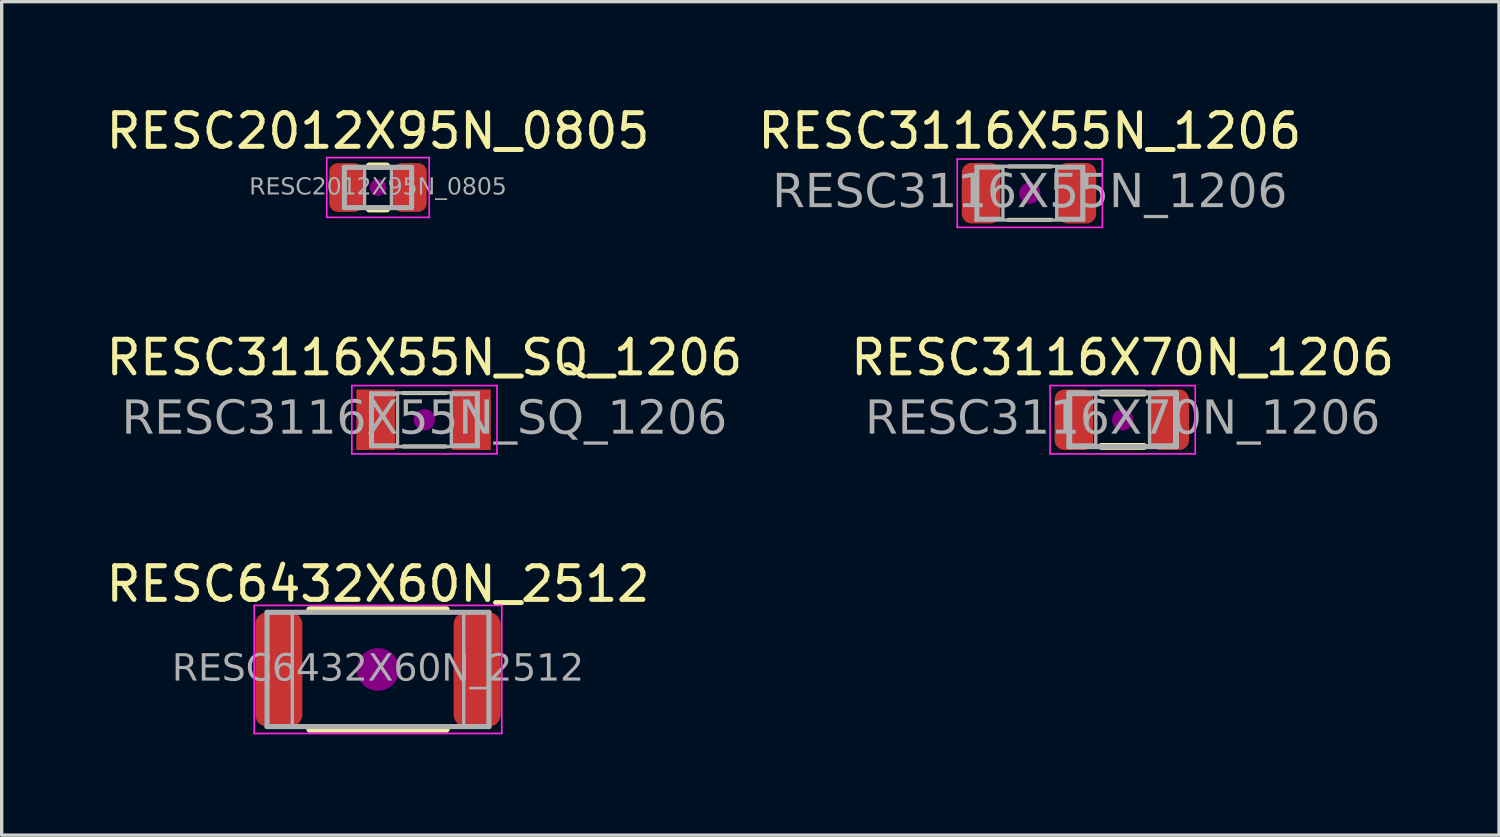
<source format=kicad_pcb>
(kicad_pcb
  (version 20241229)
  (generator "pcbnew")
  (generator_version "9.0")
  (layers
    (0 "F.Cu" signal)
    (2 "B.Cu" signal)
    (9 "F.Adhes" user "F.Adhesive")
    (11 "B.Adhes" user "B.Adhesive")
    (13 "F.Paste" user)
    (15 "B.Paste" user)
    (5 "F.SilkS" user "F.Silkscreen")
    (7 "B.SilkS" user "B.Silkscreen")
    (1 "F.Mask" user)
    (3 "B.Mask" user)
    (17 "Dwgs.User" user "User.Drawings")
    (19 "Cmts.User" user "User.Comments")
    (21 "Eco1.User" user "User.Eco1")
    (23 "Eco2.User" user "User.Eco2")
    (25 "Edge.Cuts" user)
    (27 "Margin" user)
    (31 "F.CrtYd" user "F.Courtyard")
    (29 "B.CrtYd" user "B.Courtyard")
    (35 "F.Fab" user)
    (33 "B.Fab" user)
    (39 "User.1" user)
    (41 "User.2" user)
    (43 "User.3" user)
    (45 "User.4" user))
  (footprint "RESC2012X95N_0805"
    (layer "F.Cu")
    (at 8.196 2.528)
    (property "Reference" "RESC2012X95N_0805" (at 0 -1.68 0) (layer "F.SilkS") (effects (font (size 1 1) (thickness 0.15))))
    (attr smd)
    (fp_line (start -0.261 -0.64) (end 0.261 -0.64) (stroke (width 0.203) (type solid)) (layer "F.SilkS"))
    (fp_line (start -0.261 0.64) (end 0.261 0.64) (stroke (width 0.203) (type solid)) (layer "F.SilkS"))
    (fp_circle (center 0 0) (end 0.25 0) (stroke (width 0) (type solid)) (fill yes) (layer "F.Adhes"))
    (fp_line (start -1.524 -0.889) (end 1.524 -0.889) (stroke (width 0.05) (type solid)) (layer "F.CrtYd"))
    (fp_line (start -1.524 0.889) (end -1.524 -0.889) (stroke (width 0.05) (type solid)) (layer "F.CrtYd"))
    (fp_line (start 1.524 -0.889) (end 1.524 0.889) (stroke (width 0.05) (type solid)) (layer "F.CrtYd"))
    (fp_line (start 1.524 0.889) (end -1.524 0.889) (stroke (width 0.05) (type solid)) (layer "F.CrtYd"))
    (fp_line (start -1 -0.6) (end 1 -0.6) (stroke (width 0.152) (type solid)) (layer "F.Fab"))
    (fp_line (start -1 0.6) (end -1 -0.6) (stroke (width 0.152) (type solid)) (layer "F.Fab"))
    (fp_line (start 1 -0.6) (end 1 0.6) (stroke (width 0.152) (type solid)) (layer "F.Fab"))
    (fp_line (start 1 0.6) (end -1 0.6) (stroke (width 0.152) (type solid)) (layer "F.Fab"))
    (fp_rect (start -1 -0.6) (end -0.4 0.6) (stroke (width 0.1) (type solid)) (fill no) (layer "F.Fab"))
    (fp_rect (start 0.4 -0.6) (end 1 0.6) (stroke (width 0.1) (type solid)) (fill no) (layer "F.Fab"))
    (fp_text user "${REFERENCE}" (at 0 0 0) (layer "F.Fab") (effects (font (face "Tahoma") (size 0.5 0.5) (thickness 0.08))))
    (pad "1" smd roundrect (at -0.95 0) (size 1 1.45) (layers "F.Cu" "F.Mask" "F.Paste") (roundrect_rratio 0.25))
    (pad "2" smd roundrect (at 0.95 0) (size 1 1.45) (layers "F.Cu" "F.Mask" "F.Paste") (roundrect_rratio 0.25)))
  (footprint "RESC3116X70N_1206"
    (layer "F.Cu")
    (at 30.351 9.438)
    (property "Reference" "RESC3116X70N_1206" (at 0 -1.85 0) (layer "F.SilkS") (effects (font (size 1 1) (thickness 0.15))))
    (attr smd)
    (fp_line (start -0.635 -0.794) (end 0.635 -0.794) (stroke (width 0.203) (type solid)) (layer "F.SilkS"))
    (fp_line (start -0.635 0.794) (end 0.635 0.794) (stroke (width 0.203) (type solid)) (layer "F.SilkS"))
    (fp_circle (center 0 0) (end 0.318 0) (stroke (width 0) (type solid)) (fill yes) (layer "F.Adhes"))
    (fp_line (start -2.159 -1.016) (end 2.159 -1.016) (stroke (width 0.05) (type solid)) (layer "F.CrtYd"))
    (fp_line (start -2.159 1.016) (end -2.159 -1.016) (stroke (width 0.05) (type solid)) (layer "F.CrtYd"))
    (fp_line (start 2.159 -1.016) (end 2.159 1.016) (stroke (width 0.05) (type solid)) (layer "F.CrtYd"))
    (fp_line (start 2.159 1.016) (end -2.159 1.016) (stroke (width 0.05) (type solid)) (layer "F.CrtYd"))
    (fp_line (start -1.6 -0.8) (end 1.6 -0.8) (stroke (width 0.152) (type solid)) (layer "F.Fab"))
    (fp_line (start -1.6 0.8) (end -1.6 -0.8) (stroke (width 0.152) (type solid)) (layer "F.Fab"))
    (fp_line (start 1.6 -0.8) (end 1.6 0.8) (stroke (width 0.152) (type solid)) (layer "F.Fab"))
    (fp_line (start 1.6 0.8) (end -1.6 0.8) (stroke (width 0.152) (type solid)) (layer "F.Fab"))
    (fp_rect (start -0.8 0.75) (end -1.55 -0.75) (stroke (width 0.1) (type solid)) (fill no) (layer "F.Fab"))
    (fp_rect (start 0.8 -0.75) (end 1.55 0.75) (stroke (width 0.1) (type solid)) (fill no) (layer "F.Fab"))
    (fp_text user "${REFERENCE}" (at 0 0 0) (layer "F.Fab") (effects (font (face "Tahoma") (size 1 1) (thickness 0.15))))
    (pad "1" smd roundrect (at -1.45 0) (size 1.15 1.8) (layers "F.Cu" "F.Mask" "F.Paste" "Eco1.User") (roundrect_rratio 0.25))
    (pad "2" smd roundrect (at 1.4 0) (size 1.15 1.8) (layers "F.Cu" "F.Mask" "F.Paste") (roundrect_rratio 0.25)))
  (footprint "RESC3116X55N_SQ_1206"
    (layer "F.Cu")
    (at 9.577 9.438)
    (property "Reference" "RESC3116X55N_SQ_1206" (at 0 -1.85 0) (layer "F.SilkS") (effects (font (size 1 1) (thickness 0.15))))
    (attr smd)
    (fp_line (start -0.635 -0.794) (end 0.635 -0.794) (stroke (width 0.12) (type solid)) (layer "F.SilkS"))
    (fp_line (start -0.635 0.794) (end 0.635 0.794) (stroke (width 0.12) (type solid)) (layer "F.SilkS"))
    (fp_circle (center 0 0) (end 0.318 0) (stroke (width 0) (type solid)) (fill yes) (layer "F.Adhes"))
    (fp_line (start -2.159 -1.016) (end 2.159 -1.016) (stroke (width 0.05) (type solid)) (layer "F.CrtYd"))
    (fp_line (start -2.159 1.016) (end -2.159 -1.016) (stroke (width 0.05) (type solid)) (layer "F.CrtYd"))
    (fp_line (start 2.159 -1.016) (end 2.159 1.016) (stroke (width 0.05) (type solid)) (layer "F.CrtYd"))
    (fp_line (start 2.159 1.016) (end -2.159 1.016) (stroke (width 0.05) (type solid)) (layer "F.CrtYd"))
    (fp_line (start -1.6 -0.8) (end 1.6 -0.8) (stroke (width 0.1) (type solid)) (layer "F.Fab"))
    (fp_line (start -1.6 0.8) (end -1.6 -0.8) (stroke (width 0.1) (type solid)) (layer "F.Fab"))
    (fp_line (start 1.6 -0.8) (end 1.6 0.8) (stroke (width 0.1) (type solid)) (layer "F.Fab"))
    (fp_line (start 1.6 0.8) (end -1.6 0.8) (stroke (width 0.1) (type solid)) (layer "F.Fab"))
    (fp_rect (start -0.8 0.75) (end -1.55 -0.75) (stroke (width 0.1) (type solid)) (fill no) (layer "F.Fab"))
    (fp_rect (start 0.8 -0.75) (end 1.55 0.75) (stroke (width 0.1) (type solid)) (fill no) (layer "F.Fab"))
    (fp_text user "${REFERENCE}" (at 0 0 0) (layer "F.Fab") (effects (font (face "Tahoma") (size 1 1) (thickness 0.15))))
    (pad "1" smd rect (at -1.45 0) (size 1.15 1.8) (layers "F.Cu" "F.Mask" "F.Paste"))
    (pad "2" smd rect (at 1.4 0) (size 1.15 1.8) (layers "F.Cu" "F.Mask" "F.Paste")))
  (footprint "RESC6432X60N_2512"
    (layer "F.Cu")
    (at 8.196 16.867)
    (property "Reference" "RESC6432X60N_2512" (at 0 -2.54 0) (layer "F.SilkS") (effects (font (size 1 1) (thickness 0.15))))
    (attr smd)
    (fp_line (start -2.032 -1.778) (end 2.032 -1.778) (stroke (width 0.203) (type solid)) (layer "F.SilkS"))
    (fp_line (start -2.032 1.778) (end 2.032 1.778) (stroke (width 0.203) (type solid)) (layer "F.SilkS"))
    (fp_circle (center 0 0) (end 0.635 0) (stroke (width 0) (type solid)) (fill yes) (layer "F.Adhes"))
    (fp_line (start -3.683 -1.905) (end 3.683 -1.905) (stroke (width 0.05) (type solid)) (layer "F.CrtYd"))
    (fp_line (start -3.683 1.905) (end -3.683 -1.905) (stroke (width 0.05) (type solid)) (layer "F.CrtYd"))
    (fp_line (start 3.683 -1.905) (end 3.683 1.905) (stroke (width 0.05) (type solid)) (layer "F.CrtYd"))
    (fp_line (start 3.683 1.905) (end -3.683 1.905) (stroke (width 0.05) (type solid)) (layer "F.CrtYd"))
    (fp_line (start -3.3 -1.7) (end 3.3 -1.7) (stroke (width 0.152) (type solid)) (layer "F.Fab"))
    (fp_line (start -3.3 1.7) (end -3.3 -1.7) (stroke (width 0.152) (type solid)) (layer "F.Fab"))
    (fp_line (start 3.3 -1.7) (end 3.3 1.7) (stroke (width 0.152) (type solid)) (layer "F.Fab"))
    (fp_line (start 3.3 1.7) (end -3.3 1.7) (stroke (width 0.152) (type solid)) (layer "F.Fab"))
    (fp_rect (start -2.55 1.7) (end -3.3 -1.7) (stroke (width 0.1) (type solid)) (fill no) (layer "F.Fab"))
    (fp_rect (start 2.55 -1.7) (end 3.3 1.7) (stroke (width 0.1) (type solid)) (fill no) (layer "F.Fab"))
    (fp_text user "${REFERENCE}" (at 0 0 0) (layer "F.Fab") (effects (font (face "Tahoma") (size 0.8 0.8) (thickness 0.12))))
    (pad "1" smd roundrect (at -2.95 0) (size 1.4 3.4) (layers "F.Cu" "F.Mask" "F.Paste") (roundrect_rratio 0.25))
    (pad "2" smd roundrect (at 2.95 0) (size 1.4 3.4) (layers "F.Cu" "F.Mask" "F.Paste") (roundrect_rratio 0.25)))
  (footprint "RESC3116X55N_1206"
    (layer "F.Cu")
    (at 27.589 2.698)
    (property "Reference" "RESC3116X55N_1206" (at 0 -1.85 0) (layer "F.SilkS") (effects (font (size 1 1) (thickness 0.15))))
    (attr smd)
    (fp_line (start -0.635 -0.794) (end 0.635 -0.794) (stroke (width 0.12) (type solid)) (layer "F.SilkS"))
    (fp_line (start -0.635 0.794) (end 0.635 0.794) (stroke (width 0.12) (type solid)) (layer "F.SilkS"))
    (fp_circle (center 0 0) (end 0.318 0) (stroke (width 0) (type solid)) (fill yes) (layer "F.Adhes"))
    (fp_line (start -2.159 -1.016) (end 2.159 -1.016) (stroke (width 0.05) (type solid)) (layer "F.CrtYd"))
    (fp_line (start -2.159 1.016) (end -2.159 -1.016) (stroke (width 0.05) (type solid)) (layer "F.CrtYd"))
    (fp_line (start 2.159 -1.016) (end 2.159 1.016) (stroke (width 0.05) (type solid)) (layer "F.CrtYd"))
    (fp_line (start 2.159 1.016) (end -2.159 1.016) (stroke (width 0.05) (type solid)) (layer "F.CrtYd"))
    (fp_line (start -1.6 -0.8) (end 1.6 -0.8) (stroke (width 0.1) (type solid)) (layer "F.Fab"))
    (fp_line (start -1.6 0.8) (end -1.6 -0.8) (stroke (width 0.1) (type solid)) (layer "F.Fab"))
    (fp_line (start 1.6 -0.8) (end 1.6 0.8) (stroke (width 0.1) (type solid)) (layer "F.Fab"))
    (fp_line (start 1.6 0.8) (end -1.6 0.8) (stroke (width 0.1) (type solid)) (layer "F.Fab"))
    (fp_rect (start -0.8 0.75) (end -1.55 -0.75) (stroke (width 0.1) (type solid)) (fill no) (layer "F.Fab"))
    (fp_rect (start 0.8 -0.75) (end 1.55 0.75) (stroke (width 0.1) (type solid)) (fill no) (layer "F.Fab"))
    (fp_text user "${REFERENCE}" (at 0 0 0) (layer "F.Fab") (effects (font (face "Tahoma") (size 1 1) (thickness 0.15))))
    (pad "1" smd roundrect (at -1.45 0) (size 1.15 1.8) (layers "F.Cu" "F.Mask" "F.Paste") (roundrect_rratio 0.25))
    (pad "2" smd roundrect (at 1.4 0) (size 1.15 1.8) (layers "F.Cu" "F.Mask" "F.Paste") (roundrect_rratio 0.25)))
  (gr_rect
    (start -3 -3)
    (end 41.548 21.797)
    (stroke (width 0.1) (type default))
    (fill no)
    (layer "Edge.Cuts")))
</source>
